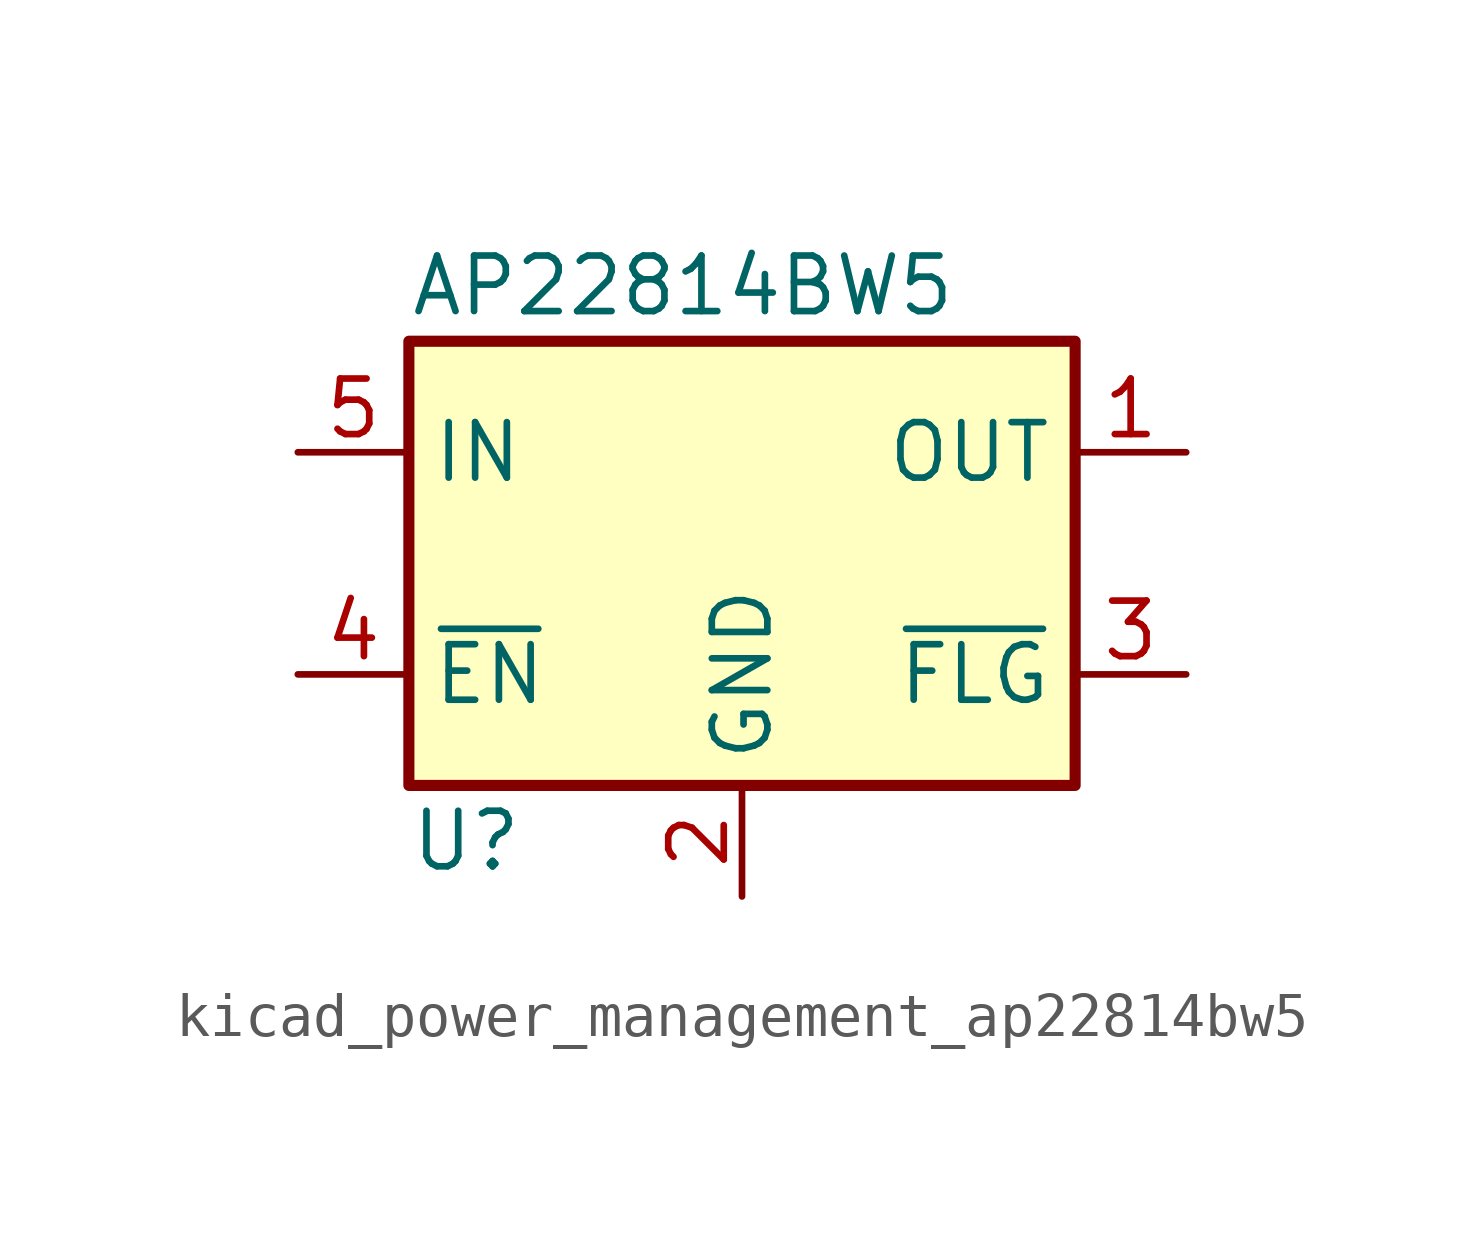
<source format=kicad_sym>
(kicad_symbol_lib
  (version 20220914)
  (generator kicad_symbol_editor)
  (symbol "kicad_power_management_ap22814bw5"
    (property "Reference" "U"
      (at -7.62 -6.35 0)
      (effects (font (size 1.27 1.27)) (justify left)))
    (property "Value" "AP22814BW5"
      (at -7.62 6.35 0)
      (effects (font (size 1.27 1.27)) (justify left)))
    (symbol "kicad_power_management_ap22814bw5_0_1"
      (rectangle (start -7.62 5.08) (end 7.62 -5.08) (stroke (width 0.254) (type default)) (fill (type background))))
    (symbol "kicad_power_management_ap22814bw5_1_1"
      (pin power_out line (at 10.16 2.54 180) (length 2.54) (name "OUT" (effects (font (size 1.27 1.27)))) (number "1" (effects (font (size 1.27 1.27)))))
      (pin power_in line (at 0 -7.62 90) (length 2.54) (name "GND" (effects (font (size 1.27 1.27)))) (number "2" (effects (font (size 1.27 1.27)))))
      (pin open_collector line (at 10.16 -2.54 180) (length 2.54) (name "~{FLG}" (effects (font (size 1.27 1.27)))) (number "3" (effects (font (size 1.27 1.27)))))
      (pin input line (at -10.16 -2.54 0) (length 2.54) (name "~{EN}" (effects (font (size 1.27 1.27)))) (number "4" (effects (font (size 1.27 1.27)))))
      (pin power_in line (at -10.16 2.54 0) (length 2.54) (name "IN" (effects (font (size 1.27 1.27)))) (number "5" (effects (font (size 1.27 1.27))))))))
</source>
